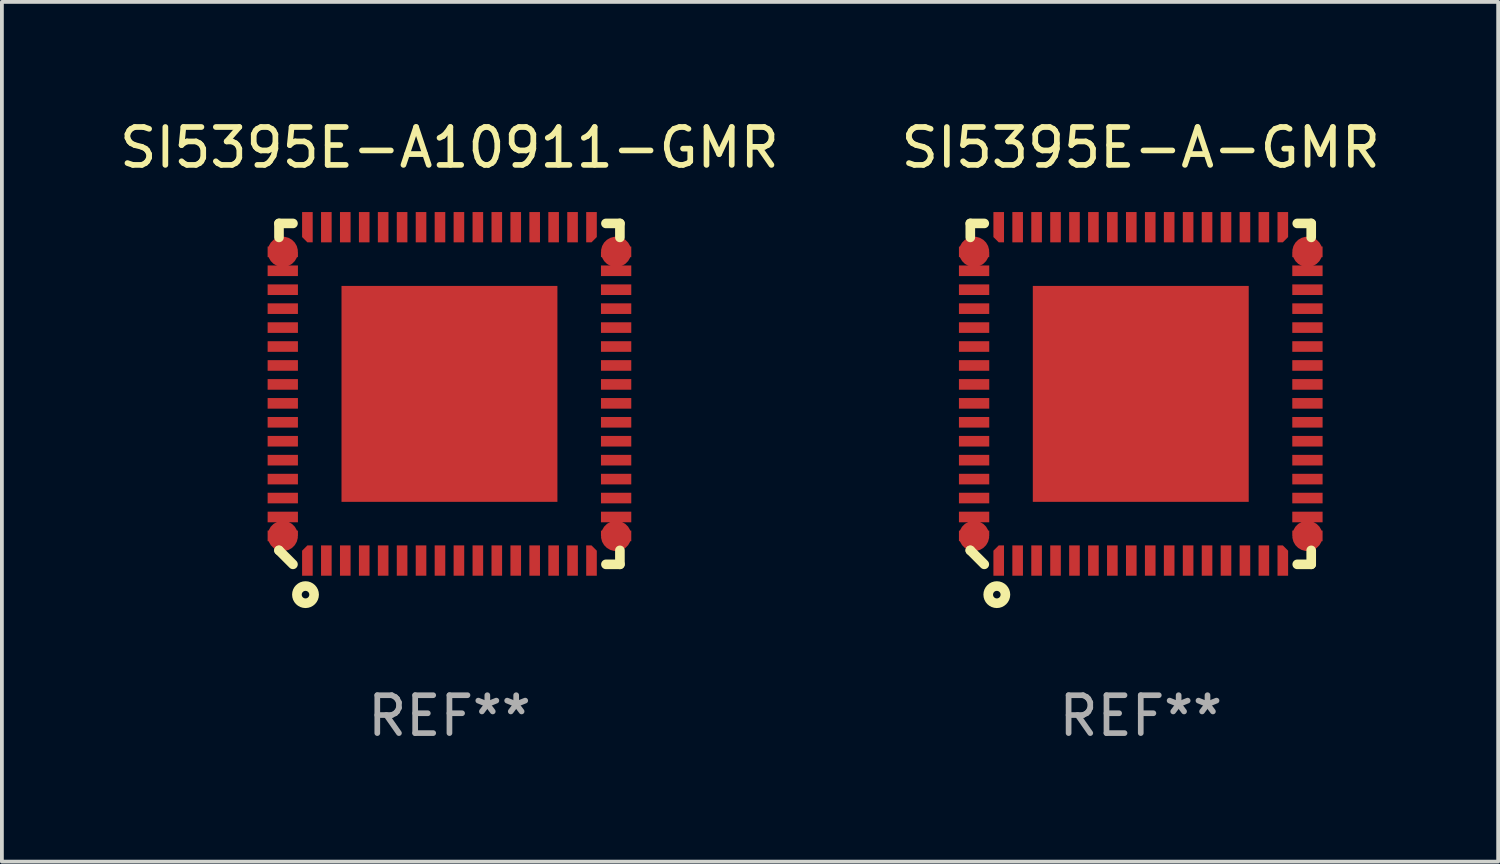
<source format=kicad_pcb>
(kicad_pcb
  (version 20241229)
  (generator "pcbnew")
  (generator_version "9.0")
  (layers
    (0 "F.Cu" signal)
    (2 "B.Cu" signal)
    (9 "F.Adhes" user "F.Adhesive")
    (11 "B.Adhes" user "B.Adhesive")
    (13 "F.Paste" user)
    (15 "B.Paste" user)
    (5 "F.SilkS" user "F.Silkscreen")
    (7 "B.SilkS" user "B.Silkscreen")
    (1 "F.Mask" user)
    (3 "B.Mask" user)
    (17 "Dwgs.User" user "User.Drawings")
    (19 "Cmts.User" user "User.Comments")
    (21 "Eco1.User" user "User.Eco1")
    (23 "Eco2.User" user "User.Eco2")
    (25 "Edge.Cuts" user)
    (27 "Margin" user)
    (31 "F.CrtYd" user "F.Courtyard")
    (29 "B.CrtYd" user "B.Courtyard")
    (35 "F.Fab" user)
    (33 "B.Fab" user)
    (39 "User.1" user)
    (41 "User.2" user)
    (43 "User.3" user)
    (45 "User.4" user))
  (footprint "SI5395E-A10911-GMR"
    (layer "F.Cu")
    (at 8.815 7.348)
    (property "Reference" "SI5395E-A10911-GMR" (at 0 -6.5 0) (layer "F.SilkS") (effects (font (size 1 1) (thickness 0.15))))
    (attr through_hole)
    (fp_line (start -4.5 -4.5) (end -4.5 -4.131) (stroke (width 0.254) (type solid)) (layer "F.SilkS"))
    (fp_line (start -4.5 4.131) (end -4.5 4.131) (stroke (width 0.254) (type solid)) (layer "F.SilkS"))
    (fp_line (start -4.5 4.131) (end -4.131 4.5) (stroke (width 0.254) (type solid)) (layer "F.SilkS"))
    (fp_line (start -4.131 -4.5) (end -4.5 -4.5) (stroke (width 0.254) (type solid)) (layer "F.SilkS"))
    (fp_line (start 4.131 4.5) (end 4.5 4.5) (stroke (width 0.254) (type solid)) (layer "F.SilkS"))
    (fp_line (start 4.5 -4.5) (end 4.131 -4.5) (stroke (width 0.254) (type solid)) (layer "F.SilkS"))
    (fp_line (start 4.5 -4.131) (end 4.5 -4.5) (stroke (width 0.254) (type solid)) (layer "F.SilkS"))
    (fp_line (start 4.5 4.5) (end 4.5 4.131) (stroke (width 0.254) (type solid)) (layer "F.SilkS"))
    (fp_circle (center -3.8 5.3) (end -3.7 5.3) (stroke (width 0.254) (type solid)) (fill no) (layer "F.SilkS"))
    (fp_text user "REF**" (at 0 8.5 0) (layer "F.Fab") (effects (font (size 1 1) (thickness 0.15))))
    (pad "1" smd custom (at -3.75 4.4) (size 0.28 0.8) (layers "F.Cu" "F.Mask" "F.Paste") (options (anchor circle)) (primitives (gr_poly (pts (xy -0.14 -0.26) (xy 0 -0.4) (xy 0.14 -0.4) (xy 0.14 0.4) (xy -0.14 0.4)) (width 0) (fill yes))))
    (pad "2" smd rect (at -3.25 4.4) (size 0.28 0.8) (layers "F.Cu" "F.Mask" "F.Paste"))
    (pad "3" smd rect (at -2.75 4.4) (size 0.28 0.8) (layers "F.Cu" "F.Mask" "F.Paste"))
    (pad "4" smd rect (at -2.25 4.4) (size 0.28 0.8) (layers "F.Cu" "F.Mask" "F.Paste"))
    (pad "5" smd rect (at -1.75 4.4) (size 0.28 0.8) (layers "F.Cu" "F.Mask" "F.Paste"))
    (pad "6" smd rect (at -1.25 4.4) (size 0.28 0.8) (layers "F.Cu" "F.Mask" "F.Paste"))
    (pad "7" smd rect (at -0.75 4.4) (size 0.28 0.8) (layers "F.Cu" "F.Mask" "F.Paste"))
    (pad "8" smd rect (at -0.25 4.4) (size 0.28 0.8) (layers "F.Cu" "F.Mask" "F.Paste"))
    (pad "9" smd rect (at 0.25 4.4) (size 0.28 0.8) (layers "F.Cu" "F.Mask" "F.Paste"))
    (pad "10" smd rect (at 0.75 4.4) (size 0.28 0.8) (layers "F.Cu" "F.Mask" "F.Paste"))
    (pad "11" smd rect (at 1.25 4.4) (size 0.28 0.8) (layers "F.Cu" "F.Mask" "F.Paste"))
    (pad "12" smd rect (at 1.75 4.4) (size 0.28 0.8) (layers "F.Cu" "F.Mask" "F.Paste"))
    (pad "13" smd rect (at 2.25 4.4) (size 0.28 0.8) (layers "F.Cu" "F.Mask" "F.Paste"))
    (pad "14" smd rect (at 2.75 4.4) (size 0.28 0.8) (layers "F.Cu" "F.Mask" "F.Paste"))
    (pad "15" smd rect (at 3.25 4.4) (size 0.28 0.8) (layers "F.Cu" "F.Mask" "F.Paste"))
    (pad "16" smd custom (at 3.75 4.4) (size 0.28 0.8) (layers "F.Cu" "F.Mask" "F.Paste") (options (anchor circle)) (primitives (gr_poly (pts (xy -0.14 -0.4) (xy 0 -0.4) (xy 0.14 -0.26) (xy 0.14 0.4) (xy -0.14 0.4)) (width 0) (fill yes))))
    (pad "17" smd custom (at 4.4 3.75) (size 0.8 0.28) (layers "F.Cu" "F.Mask" "F.Paste") (options (anchor circle)) (primitives (gr_poly (pts (xy -0.4 -0.14) (xy 0.4 -0.14) (xy 0.4 0.14) (xy -0.26 0.14) (xy -0.4 0)) (width 0) (fill yes))))
    (pad "18" smd rect (at 4.4 3.25) (size 0.8 0.28) (layers "F.Cu" "F.Mask" "F.Paste"))
    (pad "19" smd rect (at 4.4 2.75) (size 0.8 0.28) (layers "F.Cu" "F.Mask" "F.Paste"))
    (pad "20" smd rect (at 4.4 2.25) (size 0.8 0.28) (layers "F.Cu" "F.Mask" "F.Paste"))
    (pad "21" smd rect (at 4.4 1.75) (size 0.8 0.28) (layers "F.Cu" "F.Mask" "F.Paste"))
    (pad "22" smd rect (at 4.4 1.25) (size 0.8 0.28) (layers "F.Cu" "F.Mask" "F.Paste"))
    (pad "23" smd rect (at 4.4 0.75) (size 0.8 0.28) (layers "F.Cu" "F.Mask" "F.Paste"))
    (pad "24" smd rect (at 4.4 0.25) (size 0.8 0.28) (layers "F.Cu" "F.Mask" "F.Paste"))
    (pad "25" smd rect (at 4.4 -0.25) (size 0.8 0.28) (layers "F.Cu" "F.Mask" "F.Paste"))
    (pad "26" smd rect (at 4.4 -0.75) (size 0.8 0.28) (layers "F.Cu" "F.Mask" "F.Paste"))
    (pad "27" smd rect (at 4.4 -1.25) (size 0.8 0.28) (layers "F.Cu" "F.Mask" "F.Paste"))
    (pad "28" smd rect (at 4.4 -1.75) (size 0.8 0.28) (layers "F.Cu" "F.Mask" "F.Paste"))
    (pad "29" smd rect (at 4.4 -2.25) (size 0.8 0.28) (layers "F.Cu" "F.Mask" "F.Paste"))
    (pad "30" smd rect (at 4.4 -2.75) (size 0.8 0.28) (layers "F.Cu" "F.Mask" "F.Paste"))
    (pad "31" smd rect (at 4.4 -3.25) (size 0.8 0.28) (layers "F.Cu" "F.Mask" "F.Paste"))
    (pad "32" smd custom (at 4.4 -3.75) (size 0.8 0.28) (layers "F.Cu" "F.Mask" "F.Paste") (options (anchor circle)) (primitives (gr_poly (pts (xy -0.4 0) (xy -0.26 -0.14) (xy 0.4 -0.14) (xy 0.4 0.14) (xy -0.4 0.14)) (width 0) (fill yes))))
    (pad "33" smd custom (at 3.75 -4.4) (size 0.28 0.8) (layers "F.Cu" "F.Mask" "F.Paste") (options (anchor circle)) (primitives (gr_poly (pts (xy -0.14 -0.4) (xy 0.14 -0.4) (xy 0.14 0.26) (xy 0 0.4) (xy -0.14 0.4)) (width 0) (fill yes))))
    (pad "34" smd rect (at 3.25 -4.4) (size 0.28 0.8) (layers "F.Cu" "F.Mask" "F.Paste"))
    (pad "35" smd rect (at 2.75 -4.4) (size 0.28 0.8) (layers "F.Cu" "F.Mask" "F.Paste"))
    (pad "36" smd rect (at 2.25 -4.4) (size 0.28 0.8) (layers "F.Cu" "F.Mask" "F.Paste"))
    (pad "37" smd rect (at 1.75 -4.4) (size 0.28 0.8) (layers "F.Cu" "F.Mask" "F.Paste"))
    (pad "38" smd rect (at 1.25 -4.4) (size 0.28 0.8) (layers "F.Cu" "F.Mask" "F.Paste"))
    (pad "39" smd rect (at 0.75 -4.4) (size 0.28 0.8) (layers "F.Cu" "F.Mask" "F.Paste"))
    (pad "40" smd rect (at 0.25 -4.4) (size 0.28 0.8) (layers "F.Cu" "F.Mask" "F.Paste"))
    (pad "41" smd rect (at -0.25 -4.4) (size 0.28 0.8) (layers "F.Cu" "F.Mask" "F.Paste"))
    (pad "42" smd rect (at -0.75 -4.4) (size 0.28 0.8) (layers "F.Cu" "F.Mask" "F.Paste"))
    (pad "43" smd rect (at -1.25 -4.4) (size 0.28 0.8) (layers "F.Cu" "F.Mask" "F.Paste"))
    (pad "44" smd rect (at -1.75 -4.4) (size 0.28 0.8) (layers "F.Cu" "F.Mask" "F.Paste"))
    (pad "45" smd rect (at -2.25 -4.4) (size 0.28 0.8) (layers "F.Cu" "F.Mask" "F.Paste"))
    (pad "46" smd rect (at -2.75 -4.4) (size 0.28 0.8) (layers "F.Cu" "F.Mask" "F.Paste"))
    (pad "47" smd rect (at -3.25 -4.4) (size 0.28 0.8) (layers "F.Cu" "F.Mask" "F.Paste"))
    (pad "48" smd custom (at -3.75 -4.4) (size 0.28 0.8) (layers "F.Cu" "F.Mask" "F.Paste") (options (anchor circle)) (primitives (gr_poly (pts (xy -0.14 -0.4) (xy 0.14 -0.4) (xy 0.14 0.4) (xy 0 0.4) (xy -0.14 0.26)) (width 0) (fill yes))))
    (pad "49" smd custom (at -4.4 -3.75) (size 0.8 0.28) (layers "F.Cu" "F.Mask" "F.Paste") (options (anchor circle)) (primitives (gr_poly (pts (xy -0.4 -0.14) (xy 0.26 -0.14) (xy 0.4 0) (xy 0.4 0.14) (xy -0.4 0.14)) (width 0) (fill yes))))
    (pad "50" smd rect (at -4.4 -3.25) (size 0.8 0.28) (layers "F.Cu" "F.Mask" "F.Paste"))
    (pad "51" smd rect (at -4.4 -2.75) (size 0.8 0.28) (layers "F.Cu" "F.Mask" "F.Paste"))
    (pad "52" smd rect (at -4.4 -2.25) (size 0.8 0.28) (layers "F.Cu" "F.Mask" "F.Paste"))
    (pad "53" smd rect (at -4.4 -1.75) (size 0.8 0.28) (layers "F.Cu" "F.Mask" "F.Paste"))
    (pad "54" smd rect (at -4.4 -1.25) (size 0.8 0.28) (layers "F.Cu" "F.Mask" "F.Paste"))
    (pad "55" smd rect (at -4.4 -0.75) (size 0.8 0.28) (layers "F.Cu" "F.Mask" "F.Paste"))
    (pad "56" smd rect (at -4.4 -0.25) (size 0.8 0.28) (layers "F.Cu" "F.Mask" "F.Paste"))
    (pad "57" smd rect (at -4.4 0.25) (size 0.8 0.28) (layers "F.Cu" "F.Mask" "F.Paste"))
    (pad "58" smd rect (at -4.4 0.75) (size 0.8 0.28) (layers "F.Cu" "F.Mask" "F.Paste"))
    (pad "59" smd rect (at -4.4 1.25) (size 0.8 0.28) (layers "F.Cu" "F.Mask" "F.Paste"))
    (pad "60" smd rect (at -4.4 1.75) (size 0.8 0.28) (layers "F.Cu" "F.Mask" "F.Paste"))
    (pad "61" smd rect (at -4.4 2.25) (size 0.8 0.28) (layers "F.Cu" "F.Mask" "F.Paste"))
    (pad "62" smd rect (at -4.4 2.75) (size 0.8 0.28) (layers "F.Cu" "F.Mask" "F.Paste"))
    (pad "63" smd rect (at -4.4 3.25) (size 0.8 0.28) (layers "F.Cu" "F.Mask" "F.Paste"))
    (pad "64" smd custom (at -4.4 3.75) (size 0.8 0.28) (layers "F.Cu" "F.Mask" "F.Paste") (options (anchor circle)) (primitives (gr_poly (pts (xy -0.4 -0.14) (xy 0.4 -0.14) (xy 0.4 0) (xy 0.26 0.14) (xy -0.4 0.14)) (width 0) (fill yes))))
    (pad "65" smd rect (at 0.000152 0.000114) (size 5.7 5.7) (layers "F.Cu" "F.Mask" "F.Paste")))
  (footprint "SI5395E-A-GMR"
    (layer "F.Cu")
    (at 27.065 7.348)
    (property "Reference" "SI5395E-A-GMR" (at 0 -6.5 0) (layer "F.SilkS") (effects (font (size 1 1) (thickness 0.15))))
    (attr through_hole)
    (fp_line (start -4.5 -4.5) (end -4.5 -4.131) (stroke (width 0.254) (type solid)) (layer "F.SilkS"))
    (fp_line (start -4.5 4.131) (end -4.5 4.131) (stroke (width 0.254) (type solid)) (layer "F.SilkS"))
    (fp_line (start -4.5 4.131) (end -4.131 4.5) (stroke (width 0.254) (type solid)) (layer "F.SilkS"))
    (fp_line (start -4.131 -4.5) (end -4.5 -4.5) (stroke (width 0.254) (type solid)) (layer "F.SilkS"))
    (fp_line (start 4.131 4.5) (end 4.5 4.5) (stroke (width 0.254) (type solid)) (layer "F.SilkS"))
    (fp_line (start 4.5 -4.5) (end 4.131 -4.5) (stroke (width 0.254) (type solid)) (layer "F.SilkS"))
    (fp_line (start 4.5 -4.131) (end 4.5 -4.5) (stroke (width 0.254) (type solid)) (layer "F.SilkS"))
    (fp_line (start 4.5 4.5) (end 4.5 4.131) (stroke (width 0.254) (type solid)) (layer "F.SilkS"))
    (fp_circle (center -3.8 5.3) (end -3.7 5.3) (stroke (width 0.254) (type solid)) (fill no) (layer "F.SilkS"))
    (fp_text user "REF**" (at 0 8.5 0) (layer "F.Fab") (effects (font (size 1 1) (thickness 0.15))))
    (pad "1" smd custom (at -3.75 4.4) (size 0.28 0.8) (layers "F.Cu" "F.Mask" "F.Paste") (options (anchor circle)) (primitives (gr_poly (pts (xy -0.14 -0.26) (xy 0 -0.4) (xy 0.14 -0.4) (xy 0.14 0.4) (xy -0.14 0.4)) (width 0) (fill yes))))
    (pad "2" smd rect (at -3.25 4.4) (size 0.28 0.8) (layers "F.Cu" "F.Mask" "F.Paste"))
    (pad "3" smd rect (at -2.75 4.4) (size 0.28 0.8) (layers "F.Cu" "F.Mask" "F.Paste"))
    (pad "4" smd rect (at -2.25 4.4) (size 0.28 0.8) (layers "F.Cu" "F.Mask" "F.Paste"))
    (pad "5" smd rect (at -1.75 4.4) (size 0.28 0.8) (layers "F.Cu" "F.Mask" "F.Paste"))
    (pad "6" smd rect (at -1.25 4.4) (size 0.28 0.8) (layers "F.Cu" "F.Mask" "F.Paste"))
    (pad "7" smd rect (at -0.75 4.4) (size 0.28 0.8) (layers "F.Cu" "F.Mask" "F.Paste"))
    (pad "8" smd rect (at -0.25 4.4) (size 0.28 0.8) (layers "F.Cu" "F.Mask" "F.Paste"))
    (pad "9" smd rect (at 0.25 4.4) (size 0.28 0.8) (layers "F.Cu" "F.Mask" "F.Paste"))
    (pad "10" smd rect (at 0.75 4.4) (size 0.28 0.8) (layers "F.Cu" "F.Mask" "F.Paste"))
    (pad "11" smd rect (at 1.25 4.4) (size 0.28 0.8) (layers "F.Cu" "F.Mask" "F.Paste"))
    (pad "12" smd rect (at 1.75 4.4) (size 0.28 0.8) (layers "F.Cu" "F.Mask" "F.Paste"))
    (pad "13" smd rect (at 2.25 4.4) (size 0.28 0.8) (layers "F.Cu" "F.Mask" "F.Paste"))
    (pad "14" smd rect (at 2.75 4.4) (size 0.28 0.8) (layers "F.Cu" "F.Mask" "F.Paste"))
    (pad "15" smd rect (at 3.25 4.4) (size 0.28 0.8) (layers "F.Cu" "F.Mask" "F.Paste"))
    (pad "16" smd custom (at 3.75 4.4) (size 0.28 0.8) (layers "F.Cu" "F.Mask" "F.Paste") (options (anchor circle)) (primitives (gr_poly (pts (xy -0.14 -0.4) (xy 0 -0.4) (xy 0.14 -0.26) (xy 0.14 0.4) (xy -0.14 0.4)) (width 0) (fill yes))))
    (pad "17" smd custom (at 4.4 3.75) (size 0.8 0.28) (layers "F.Cu" "F.Mask" "F.Paste") (options (anchor circle)) (primitives (gr_poly (pts (xy -0.4 -0.14) (xy 0.4 -0.14) (xy 0.4 0.14) (xy -0.26 0.14) (xy -0.4 0)) (width 0) (fill yes))))
    (pad "18" smd rect (at 4.4 3.25) (size 0.8 0.28) (layers "F.Cu" "F.Mask" "F.Paste"))
    (pad "19" smd rect (at 4.4 2.75) (size 0.8 0.28) (layers "F.Cu" "F.Mask" "F.Paste"))
    (pad "20" smd rect (at 4.4 2.25) (size 0.8 0.28) (layers "F.Cu" "F.Mask" "F.Paste"))
    (pad "21" smd rect (at 4.4 1.75) (size 0.8 0.28) (layers "F.Cu" "F.Mask" "F.Paste"))
    (pad "22" smd rect (at 4.4 1.25) (size 0.8 0.28) (layers "F.Cu" "F.Mask" "F.Paste"))
    (pad "23" smd rect (at 4.4 0.75) (size 0.8 0.28) (layers "F.Cu" "F.Mask" "F.Paste"))
    (pad "24" smd rect (at 4.4 0.25) (size 0.8 0.28) (layers "F.Cu" "F.Mask" "F.Paste"))
    (pad "25" smd rect (at 4.4 -0.25) (size 0.8 0.28) (layers "F.Cu" "F.Mask" "F.Paste"))
    (pad "26" smd rect (at 4.4 -0.75) (size 0.8 0.28) (layers "F.Cu" "F.Mask" "F.Paste"))
    (pad "27" smd rect (at 4.4 -1.25) (size 0.8 0.28) (layers "F.Cu" "F.Mask" "F.Paste"))
    (pad "28" smd rect (at 4.4 -1.75) (size 0.8 0.28) (layers "F.Cu" "F.Mask" "F.Paste"))
    (pad "29" smd rect (at 4.4 -2.25) (size 0.8 0.28) (layers "F.Cu" "F.Mask" "F.Paste"))
    (pad "30" smd rect (at 4.4 -2.75) (size 0.8 0.28) (layers "F.Cu" "F.Mask" "F.Paste"))
    (pad "31" smd rect (at 4.4 -3.25) (size 0.8 0.28) (layers "F.Cu" "F.Mask" "F.Paste"))
    (pad "32" smd custom (at 4.4 -3.75) (size 0.8 0.28) (layers "F.Cu" "F.Mask" "F.Paste") (options (anchor circle)) (primitives (gr_poly (pts (xy -0.4 0) (xy -0.26 -0.14) (xy 0.4 -0.14) (xy 0.4 0.14) (xy -0.4 0.14)) (width 0) (fill yes))))
    (pad "33" smd custom (at 3.75 -4.4) (size 0.28 0.8) (layers "F.Cu" "F.Mask" "F.Paste") (options (anchor circle)) (primitives (gr_poly (pts (xy -0.14 -0.4) (xy 0.14 -0.4) (xy 0.14 0.26) (xy 0 0.4) (xy -0.14 0.4)) (width 0) (fill yes))))
    (pad "34" smd rect (at 3.25 -4.4) (size 0.28 0.8) (layers "F.Cu" "F.Mask" "F.Paste"))
    (pad "35" smd rect (at 2.75 -4.4) (size 0.28 0.8) (layers "F.Cu" "F.Mask" "F.Paste"))
    (pad "36" smd rect (at 2.25 -4.4) (size 0.28 0.8) (layers "F.Cu" "F.Mask" "F.Paste"))
    (pad "37" smd rect (at 1.75 -4.4) (size 0.28 0.8) (layers "F.Cu" "F.Mask" "F.Paste"))
    (pad "38" smd rect (at 1.25 -4.4) (size 0.28 0.8) (layers "F.Cu" "F.Mask" "F.Paste"))
    (pad "39" smd rect (at 0.75 -4.4) (size 0.28 0.8) (layers "F.Cu" "F.Mask" "F.Paste"))
    (pad "40" smd rect (at 0.25 -4.4) (size 0.28 0.8) (layers "F.Cu" "F.Mask" "F.Paste"))
    (pad "41" smd rect (at -0.25 -4.4) (size 0.28 0.8) (layers "F.Cu" "F.Mask" "F.Paste"))
    (pad "42" smd rect (at -0.75 -4.4) (size 0.28 0.8) (layers "F.Cu" "F.Mask" "F.Paste"))
    (pad "43" smd rect (at -1.25 -4.4) (size 0.28 0.8) (layers "F.Cu" "F.Mask" "F.Paste"))
    (pad "44" smd rect (at -1.75 -4.4) (size 0.28 0.8) (layers "F.Cu" "F.Mask" "F.Paste"))
    (pad "45" smd rect (at -2.25 -4.4) (size 0.28 0.8) (layers "F.Cu" "F.Mask" "F.Paste"))
    (pad "46" smd rect (at -2.75 -4.4) (size 0.28 0.8) (layers "F.Cu" "F.Mask" "F.Paste"))
    (pad "47" smd rect (at -3.25 -4.4) (size 0.28 0.8) (layers "F.Cu" "F.Mask" "F.Paste"))
    (pad "48" smd custom (at -3.75 -4.4) (size 0.28 0.8) (layers "F.Cu" "F.Mask" "F.Paste") (options (anchor circle)) (primitives (gr_poly (pts (xy -0.14 -0.4) (xy 0.14 -0.4) (xy 0.14 0.4) (xy 0 0.4) (xy -0.14 0.26)) (width 0) (fill yes))))
    (pad "49" smd custom (at -4.4 -3.75) (size 0.8 0.28) (layers "F.Cu" "F.Mask" "F.Paste") (options (anchor circle)) (primitives (gr_poly (pts (xy -0.4 -0.14) (xy 0.26 -0.14) (xy 0.4 0) (xy 0.4 0.14) (xy -0.4 0.14)) (width 0) (fill yes))))
    (pad "50" smd rect (at -4.4 -3.25) (size 0.8 0.28) (layers "F.Cu" "F.Mask" "F.Paste"))
    (pad "51" smd rect (at -4.4 -2.75) (size 0.8 0.28) (layers "F.Cu" "F.Mask" "F.Paste"))
    (pad "52" smd rect (at -4.4 -2.25) (size 0.8 0.28) (layers "F.Cu" "F.Mask" "F.Paste"))
    (pad "53" smd rect (at -4.4 -1.75) (size 0.8 0.28) (layers "F.Cu" "F.Mask" "F.Paste"))
    (pad "54" smd rect (at -4.4 -1.25) (size 0.8 0.28) (layers "F.Cu" "F.Mask" "F.Paste"))
    (pad "55" smd rect (at -4.4 -0.75) (size 0.8 0.28) (layers "F.Cu" "F.Mask" "F.Paste"))
    (pad "56" smd rect (at -4.4 -0.25) (size 0.8 0.28) (layers "F.Cu" "F.Mask" "F.Paste"))
    (pad "57" smd rect (at -4.4 0.25) (size 0.8 0.28) (layers "F.Cu" "F.Mask" "F.Paste"))
    (pad "58" smd rect (at -4.4 0.75) (size 0.8 0.28) (layers "F.Cu" "F.Mask" "F.Paste"))
    (pad "59" smd rect (at -4.4 1.25) (size 0.8 0.28) (layers "F.Cu" "F.Mask" "F.Paste"))
    (pad "60" smd rect (at -4.4 1.75) (size 0.8 0.28) (layers "F.Cu" "F.Mask" "F.Paste"))
    (pad "61" smd rect (at -4.4 2.25) (size 0.8 0.28) (layers "F.Cu" "F.Mask" "F.Paste"))
    (pad "62" smd rect (at -4.4 2.75) (size 0.8 0.28) (layers "F.Cu" "F.Mask" "F.Paste"))
    (pad "63" smd rect (at -4.4 3.25) (size 0.8 0.28) (layers "F.Cu" "F.Mask" "F.Paste"))
    (pad "64" smd custom (at -4.4 3.75) (size 0.8 0.28) (layers "F.Cu" "F.Mask" "F.Paste") (options (anchor circle)) (primitives (gr_poly (pts (xy -0.4 -0.14) (xy 0.4 -0.14) (xy 0.4 0) (xy 0.26 0.14) (xy -0.4 0.14)) (width 0) (fill yes))))
    (pad "65" smd rect (at 0.000152 0.000114) (size 5.7 5.7) (layers "F.Cu" "F.Mask" "F.Paste")))
  (gr_rect
    (start -3 -3)
    (end 36.5 19.697)
    (stroke (width 0.1) (type default))
    (fill no)
    (layer "Edge.Cuts")))
</source>
